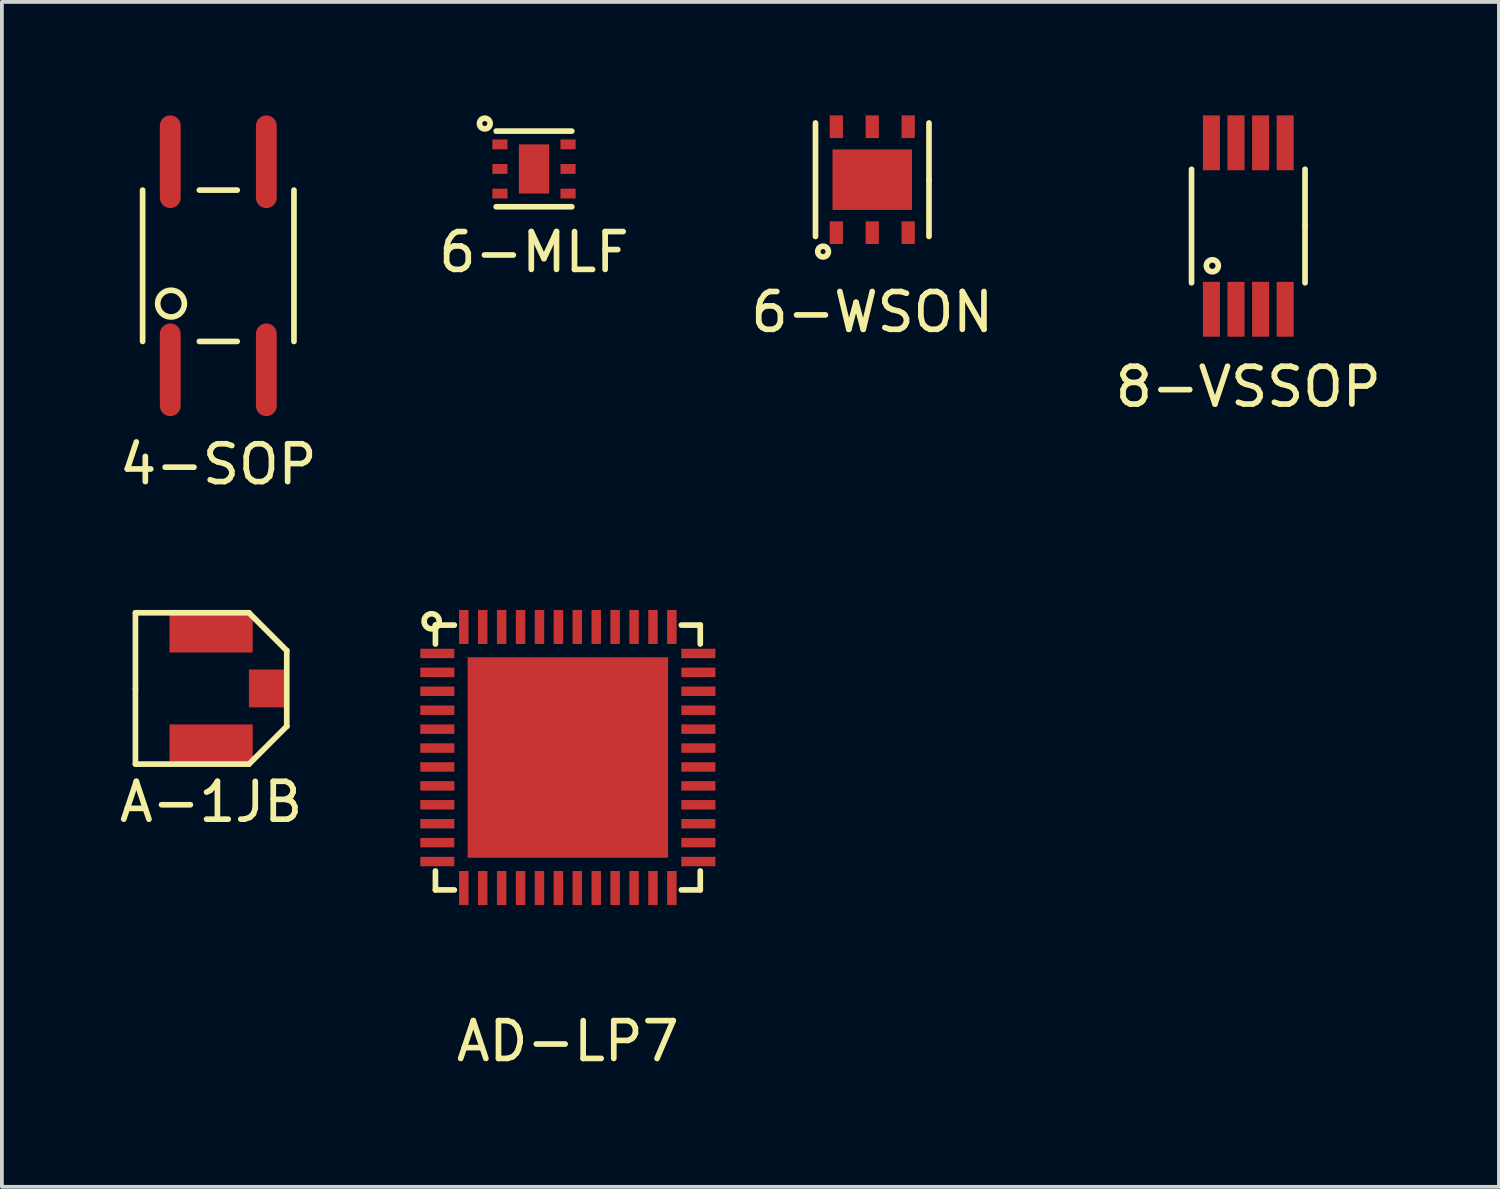
<source format=kicad_pcb>
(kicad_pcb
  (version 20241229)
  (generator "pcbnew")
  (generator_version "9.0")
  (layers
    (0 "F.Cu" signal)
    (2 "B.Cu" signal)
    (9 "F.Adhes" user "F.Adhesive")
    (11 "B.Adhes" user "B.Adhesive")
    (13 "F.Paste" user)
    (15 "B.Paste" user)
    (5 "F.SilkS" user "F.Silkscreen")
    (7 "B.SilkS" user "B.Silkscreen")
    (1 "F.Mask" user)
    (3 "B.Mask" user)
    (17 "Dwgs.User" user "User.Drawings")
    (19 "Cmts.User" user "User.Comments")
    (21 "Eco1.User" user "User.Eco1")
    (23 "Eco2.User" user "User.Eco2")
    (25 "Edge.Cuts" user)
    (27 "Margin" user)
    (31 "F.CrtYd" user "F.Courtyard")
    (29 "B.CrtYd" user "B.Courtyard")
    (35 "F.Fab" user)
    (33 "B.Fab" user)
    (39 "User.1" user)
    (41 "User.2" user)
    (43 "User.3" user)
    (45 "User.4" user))
  (footprint "A-1JB"
    (layer "F.Cu")
    (at 2.53 15.148)
    (property "Reference" "A-1JB" (at 0 3 0) (layer "F.SilkS") (effects (font (size 1 1) (thickness 0.15))))
    (attr through_hole)
    (fp_line (start -2 -2) (end 1 -2) (stroke (width 0.15) (type solid)) (layer "F.SilkS"))
    (fp_line (start -2 0) (end -2 -2) (stroke (width 0.15) (type solid)) (layer "F.SilkS"))
    (fp_line (start -2 0) (end -2 2) (stroke (width 0.15) (type solid)) (layer "F.SilkS"))
    (fp_line (start -2 2) (end 1 2) (stroke (width 0.15) (type solid)) (layer "F.SilkS"))
    (fp_line (start 1 2) (end 2 1) (stroke (width 0.15) (type solid)) (layer "F.SilkS"))
    (fp_line (start 2 -1) (end 1 -2) (stroke (width 0.15) (type solid)) (layer "F.SilkS"))
    (fp_line (start 2 1) (end 2 -1) (stroke (width 0.15) (type solid)) (layer "F.SilkS"))
    (pad "1" smd rect (at 1.525 0) (size 1.05 1) (layers "F.Cu" "F.Mask" "F.Paste"))
    (pad "2" smd rect (at 0 -1.475) (size 2.2 1.05) (layers "F.Cu" "F.Mask" "F.Paste"))
    (pad "2" smd rect (at 0 1.475) (size 2.2 1.05) (layers "F.Cu" "F.Mask" "F.Paste")))
  (footprint "4-SOP"
    (layer "F.Cu")
    (at 2.72 3.975)
    (property "Reference" "4-SOP" (at 0 5.25 0) (layer "F.SilkS") (effects (font (size 1 1) (thickness 0.15))))
    (attr through_hole)
    (fp_line (start -2 -2) (end -2 2) (stroke (width 0.15) (type solid)) (layer "F.SilkS"))
    (fp_line (start -0.5 -2) (end 0.5 -2) (stroke (width 0.15) (type solid)) (layer "F.SilkS"))
    (fp_line (start -0.5 2) (end 0.5 2) (stroke (width 0.15) (type solid)) (layer "F.SilkS"))
    (fp_line (start 2 -2) (end 2 2) (stroke (width 0.15) (type solid)) (layer "F.SilkS"))
    (fp_circle (center -1.25 1) (end -1 0.75) (stroke (width 0.15) (type solid)) (fill no) (layer "F.SilkS"))
    (pad "1" smd oval (at -1.27 2.75) (size 0.55 2.45) (layers "F.Cu" "F.Mask" "F.Paste"))
    (pad "2" smd oval (at 1.27 2.75) (size 0.55 2.45) (layers "F.Cu" "F.Mask" "F.Paste"))
    (pad "3" smd oval (at 1.27 -2.75) (size 0.55 2.45) (layers "F.Cu" "F.Mask" "F.Paste"))
    (pad "4" smd oval (at -1.27 -2.75) (size 0.55 2.45) (layers "F.Cu" "F.Mask" "F.Paste")))
  (footprint "6-MLF"
    (layer "F.Cu")
    (at 11.065 1.416)
    (property "Reference" "6-MLF" (at 0 2.2 0) (layer "F.SilkS") (effects (font (size 1 1) (thickness 0.15))))
    (attr through_hole)
    (fp_line (start -1 -1) (end 1 -1) (stroke (width 0.15) (type solid)) (layer "F.SilkS"))
    (fp_line (start -1 1) (end 1 1) (stroke (width 0.15) (type solid)) (layer "F.SilkS"))
    (fp_circle (center -1.3 -1.2) (end -1.2 -1.3) (stroke (width 0.15) (type solid)) (fill no) (layer "F.SilkS"))
    (pad "" smd rect (at 0 -0.3) (size 0.6 0.4) (layers "F.Paste"))
    (pad "" smd rect (at 0 0.3) (size 0.6 0.4) (layers "F.Paste"))
    (pad "1" smd rect (at -0.9 -0.65) (size 0.4 0.26) (layers "F.Cu" "F.Mask" "F.Paste"))
    (pad "2" smd rect (at -0.9 0) (size 0.4 0.26) (layers "F.Cu" "F.Mask" "F.Paste"))
    (pad "3" smd rect (at -0.9 0.65) (size 0.4 0.26) (layers "F.Cu" "F.Mask" "F.Paste"))
    (pad "4" smd rect (at 0.9 0.65) (size 0.4 0.26) (layers "F.Cu" "F.Mask" "F.Paste"))
    (pad "5" smd rect (at 0.9 0) (size 0.4 0.26) (layers "F.Cu" "F.Mask" "F.Paste"))
    (pad "6" smd rect (at 0.9 -0.65) (size 0.4 0.26) (layers "F.Cu" "F.Mask" "F.Paste"))
    (pad "7" smd rect (at 0 0) (size 0.8 1.3) (layers "F.Cu" "F.Mask")))
  (footprint "AD-LP7"
    (layer "F.Cu")
    (at 11.96 16.973)
    (property "Reference" "AD-LP7" (at 0 7.5 0) (layer "F.SilkS") (effects (font (size 1 1) (thickness 0.15))))
    (attr through_hole)
    (fp_line (start -3.5 -3.5) (end -3.5 -3) (stroke (width 0.15) (type solid)) (layer "F.SilkS"))
    (fp_line (start -3.5 3) (end -3.5 3.5) (stroke (width 0.15) (type solid)) (layer "F.SilkS"))
    (fp_line (start -3.5 3.5) (end -3 3.5) (stroke (width 0.15) (type solid)) (layer "F.SilkS"))
    (fp_line (start -3 -3.5) (end -3.5 -3.5) (stroke (width 0.15) (type solid)) (layer "F.SilkS"))
    (fp_line (start 3 -3.5) (end 3.5 -3.5) (stroke (width 0.15) (type solid)) (layer "F.SilkS"))
    (fp_line (start 3 3.5) (end 3.5 3.5) (stroke (width 0.15) (type solid)) (layer "F.SilkS"))
    (fp_line (start 3.5 -3.5) (end 3.5 -3) (stroke (width 0.15) (type solid)) (layer "F.SilkS"))
    (fp_line (start 3.5 3.5) (end 3.5 3) (stroke (width 0.15) (type solid)) (layer "F.SilkS"))
    (fp_circle (center -3.6 -3.6) (end -3.4 -3.6) (stroke (width 0.15) (type solid)) (fill no) (layer "F.SilkS"))
    (pad "" smd rect (at -1.75 -1.75) (size 1.5 1.5) (layers "F.Paste"))
    (pad "" smd rect (at -1.75 0) (size 1.5 1.5) (layers "F.Paste"))
    (pad "" smd rect (at -1.75 1.75) (size 1.5 1.5) (layers "F.Paste"))
    (pad "" smd rect (at 0 -1.75) (size 1.5 1.5) (layers "F.Paste"))
    (pad "" smd rect (at 0 0) (size 1.5 1.5) (layers "F.Paste"))
    (pad "" smd rect (at 0 1.75) (size 1.5 1.5) (layers "F.Paste"))
    (pad "" smd rect (at 1.75 -1.75) (size 1.5 1.5) (layers "F.Paste"))
    (pad "" smd rect (at 1.75 0) (size 1.5 1.5) (layers "F.Paste"))
    (pad "" smd rect (at 1.75 1.75) (size 1.5 1.5) (layers "F.Paste"))
    (pad "1" smd rect (at -3.45 -2.75 90) (size 0.25 0.9) (layers "F.Cu" "F.Mask" "F.Paste"))
    (pad "2" smd rect (at -3.45 -2.25 90) (size 0.25 0.9) (layers "F.Cu" "F.Mask" "F.Paste"))
    (pad "3" smd rect (at -3.45 -1.75 90) (size 0.25 0.9) (layers "F.Cu" "F.Mask" "F.Paste"))
    (pad "4" smd rect (at -3.45 -1.25 90) (size 0.25 0.9) (layers "F.Cu" "F.Mask" "F.Paste"))
    (pad "5" smd rect (at -3.45 -0.75 90) (size 0.25 0.9) (layers "F.Cu" "F.Mask" "F.Paste"))
    (pad "6" smd rect (at -3.45 -0.25 90) (size 0.25 0.9) (layers "F.Cu" "F.Mask" "F.Paste"))
    (pad "7" smd rect (at -3.45 0.25 90) (size 0.25 0.9) (layers "F.Cu" "F.Mask" "F.Paste"))
    (pad "8" smd rect (at -3.45 0.75 90) (size 0.25 0.9) (layers "F.Cu" "F.Mask" "F.Paste"))
    (pad "9" smd rect (at -3.45 1.25 90) (size 0.25 0.9) (layers "F.Cu" "F.Mask" "F.Paste"))
    (pad "10" smd rect (at -3.45 1.75 90) (size 0.25 0.9) (layers "F.Cu" "F.Mask" "F.Paste"))
    (pad "11" smd rect (at -3.45 2.25 90) (size 0.25 0.9) (layers "F.Cu" "F.Mask" "F.Paste"))
    (pad "12" smd rect (at -3.45 2.75 90) (size 0.25 0.9) (layers "F.Cu" "F.Mask" "F.Paste"))
    (pad "13" smd rect (at -2.75 3.45) (size 0.25 0.9) (layers "F.Cu" "F.Mask" "F.Paste"))
    (pad "14" smd rect (at -2.25 3.45) (size 0.25 0.9) (layers "F.Cu" "F.Mask" "F.Paste"))
    (pad "15" smd rect (at -1.75 3.45) (size 0.25 0.9) (layers "F.Cu" "F.Mask" "F.Paste"))
    (pad "16" smd rect (at -1.25 3.45) (size 0.25 0.9) (layers "F.Cu" "F.Mask" "F.Paste"))
    (pad "17" smd rect (at -0.75 3.45) (size 0.25 0.9) (layers "F.Cu" "F.Mask" "F.Paste"))
    (pad "18" smd rect (at -0.25 3.45) (size 0.25 0.9) (layers "F.Cu" "F.Mask" "F.Paste"))
    (pad "19" smd rect (at 0.25 3.45) (size 0.25 0.9) (layers "F.Cu" "F.Mask" "F.Paste"))
    (pad "20" smd rect (at 0.75 3.45) (size 0.25 0.9) (layers "F.Cu" "F.Mask" "F.Paste"))
    (pad "21" smd rect (at 1.25 3.45) (size 0.25 0.9) (layers "F.Cu" "F.Mask" "F.Paste"))
    (pad "22" smd rect (at 1.75 3.45) (size 0.25 0.9) (layers "F.Cu" "F.Mask" "F.Paste"))
    (pad "23" smd rect (at 2.25 3.45) (size 0.25 0.9) (layers "F.Cu" "F.Mask" "F.Paste"))
    (pad "24" smd rect (at 2.75 3.45) (size 0.25 0.9) (layers "F.Cu" "F.Mask" "F.Paste"))
    (pad "25" smd rect (at 3.45 2.75 90) (size 0.25 0.9) (layers "F.Cu" "F.Mask" "F.Paste"))
    (pad "26" smd rect (at 3.45 2.25 90) (size 0.25 0.9) (layers "F.Cu" "F.Mask" "F.Paste"))
    (pad "27" smd rect (at 3.45 1.75 90) (size 0.25 0.9) (layers "F.Cu" "F.Mask" "F.Paste"))
    (pad "28" smd rect (at 3.45 1.25 90) (size 0.25 0.9) (layers "F.Cu" "F.Mask" "F.Paste"))
    (pad "29" smd rect (at 3.45 0.75 90) (size 0.25 0.9) (layers "F.Cu" "F.Mask" "F.Paste"))
    (pad "30" smd rect (at 3.45 0.25 90) (size 0.25 0.9) (layers "F.Cu" "F.Mask" "F.Paste"))
    (pad "31" smd rect (at 3.45 -0.25 90) (size 0.25 0.9) (layers "F.Cu" "F.Mask" "F.Paste"))
    (pad "32" smd rect (at 3.45 -0.75 90) (size 0.25 0.9) (layers "F.Cu" "F.Mask" "F.Paste"))
    (pad "33" smd rect (at 3.45 -1.25 90) (size 0.25 0.9) (layers "F.Cu" "F.Mask" "F.Paste"))
    (pad "34" smd rect (at 3.45 -1.75 90) (size 0.25 0.9) (layers "F.Cu" "F.Mask" "F.Paste"))
    (pad "35" smd rect (at 3.45 -2.25 90) (size 0.25 0.9) (layers "F.Cu" "F.Mask" "F.Paste"))
    (pad "36" smd rect (at 3.45 -2.75 90) (size 0.25 0.9) (layers "F.Cu" "F.Mask" "F.Paste"))
    (pad "37" smd rect (at 2.75 -3.45) (size 0.25 0.9) (layers "F.Cu" "F.Mask" "F.Paste"))
    (pad "38" smd rect (at 2.25 -3.45) (size 0.25 0.9) (layers "F.Cu" "F.Mask" "F.Paste"))
    (pad "39" smd rect (at 1.75 -3.45) (size 0.25 0.9) (layers "F.Cu" "F.Mask" "F.Paste"))
    (pad "40" smd rect (at 1.25 -3.45) (size 0.25 0.9) (layers "F.Cu" "F.Mask" "F.Paste"))
    (pad "41" smd rect (at 0.75 -3.45) (size 0.25 0.9) (layers "F.Cu" "F.Mask" "F.Paste"))
    (pad "42" smd rect (at 0.25 -3.45) (size 0.25 0.9) (layers "F.Cu" "F.Mask" "F.Paste"))
    (pad "43" smd rect (at -0.25 -3.45) (size 0.25 0.9) (layers "F.Cu" "F.Mask" "F.Paste"))
    (pad "44" smd rect (at -0.75 -3.45) (size 0.25 0.9) (layers "F.Cu" "F.Mask" "F.Paste"))
    (pad "45" smd rect (at -1.25 -3.45) (size 0.25 0.9) (layers "F.Cu" "F.Mask" "F.Paste"))
    (pad "46" smd rect (at -1.75 -3.45) (size 0.25 0.9) (layers "F.Cu" "F.Mask" "F.Paste"))
    (pad "47" smd rect (at -2.25 -3.45) (size 0.25 0.9) (layers "F.Cu" "F.Mask" "F.Paste"))
    (pad "48" smd rect (at -2.75 -3.45) (size 0.25 0.9) (layers "F.Cu" "F.Mask" "F.Paste"))
    (pad "49" smd rect (at 0 0) (size 5.3 5.3) (layers "F.Cu" "F.Mask")))
  (footprint "6-WSON"
    (layer "F.Cu")
    (at 20.006 1.7)
    (property "Reference" "6-WSON" (at 0 3.5 0) (layer "F.SilkS") (effects (font (size 1 1) (thickness 0.15))))
    (attr through_hole)
    (fp_line (start -1.5 -1.5) (end -1.5 1.5) (stroke (width 0.15) (type solid)) (layer "F.SilkS"))
    (fp_line (start 1.5 0) (end 1.5 -1.5) (stroke (width 0.15) (type solid)) (layer "F.SilkS"))
    (fp_line (start 1.5 0) (end 1.5 1.5) (stroke (width 0.15) (type solid)) (layer "F.SilkS"))
    (fp_circle (center -1.3 1.9) (end -1.2 1.8) (stroke (width 0.15) (type solid)) (fill no) (layer "F.SilkS"))
    (pad "" smd rect (at -0.55 0) (size 0.9 1.5) (layers "F.Paste"))
    (pad "" smd rect (at 0.55 0) (size 0.9 1.5) (layers "F.Paste"))
    (pad "1" smd rect (at -0.95 1.4) (size 0.35 0.6) (layers "F.Cu" "F.Mask" "F.Paste"))
    (pad "2" smd rect (at 0 1.4) (size 0.35 0.6) (layers "F.Cu" "F.Mask" "F.Paste"))
    (pad "3" smd rect (at 0.95 1.4) (size 0.35 0.6) (layers "F.Cu" "F.Mask" "F.Paste"))
    (pad "4" smd rect (at 0.95 -1.4) (size 0.35 0.6) (layers "F.Cu" "F.Mask" "F.Paste"))
    (pad "5" smd rect (at 0 -1.4) (size 0.35 0.6) (layers "F.Cu" "F.Mask" "F.Paste"))
    (pad "6" smd rect (at -0.95 -1.4) (size 0.35 0.6) (layers "F.Cu" "F.Mask" "F.Paste"))
    (pad "7" smd rect (at 0 0) (size 2.1 1.6) (layers "F.Cu" "F.Mask")))
  (footprint "8-VSSOP"
    (layer "F.Cu")
    (at 29.946 2.925)
    (property "Reference" "8-VSSOP" (at 0 4.25 0) (layer "F.SilkS") (effects (font (size 1 1) (thickness 0.15))))
    (attr through_hole)
    (fp_line (start -1.5 -1.5) (end -1.5 1.5) (stroke (width 0.15) (type solid)) (layer "F.SilkS"))
    (fp_line (start 1.5 0) (end 1.5 -1.5) (stroke (width 0.15) (type solid)) (layer "F.SilkS"))
    (fp_line (start 1.5 0) (end 1.5 1.5) (stroke (width 0.15) (type solid)) (layer "F.SilkS"))
    (fp_circle (center -0.95 1.05) (end -0.8 1) (stroke (width 0.15) (type solid)) (fill no) (layer "F.SilkS"))
    (pad "1" smd rect (at -0.975 2.2) (size 0.45 1.45) (layers "F.Cu" "F.Mask" "F.Paste"))
    (pad "2" smd rect (at -0.325 2.2) (size 0.45 1.45) (layers "F.Cu" "F.Mask" "F.Paste"))
    (pad "3" smd rect (at 0.325 2.2) (size 0.45 1.45) (layers "F.Cu" "F.Mask" "F.Paste"))
    (pad "4" smd rect (at 0.975 2.2) (size 0.45 1.45) (layers "F.Cu" "F.Mask" "F.Paste"))
    (pad "5" smd rect (at 0.975 -2.2) (size 0.45 1.45) (layers "F.Cu" "F.Mask" "F.Paste"))
    (pad "6" smd rect (at 0.325 -2.2) (size 0.45 1.45) (layers "F.Cu" "F.Mask" "F.Paste"))
    (pad "7" smd rect (at -0.325 -2.2) (size 0.45 1.45) (layers "F.Cu" "F.Mask" "F.Paste"))
    (pad "8" smd rect (at -0.975 -2.2) (size 0.45 1.45) (layers "F.Cu" "F.Mask" "F.Paste")))
  (gr_rect
    (start -3 -3)
    (end 36.571 28.322)
    (stroke (width 0.1) (type default))
    (fill no)
    (layer "Edge.Cuts")))
</source>
